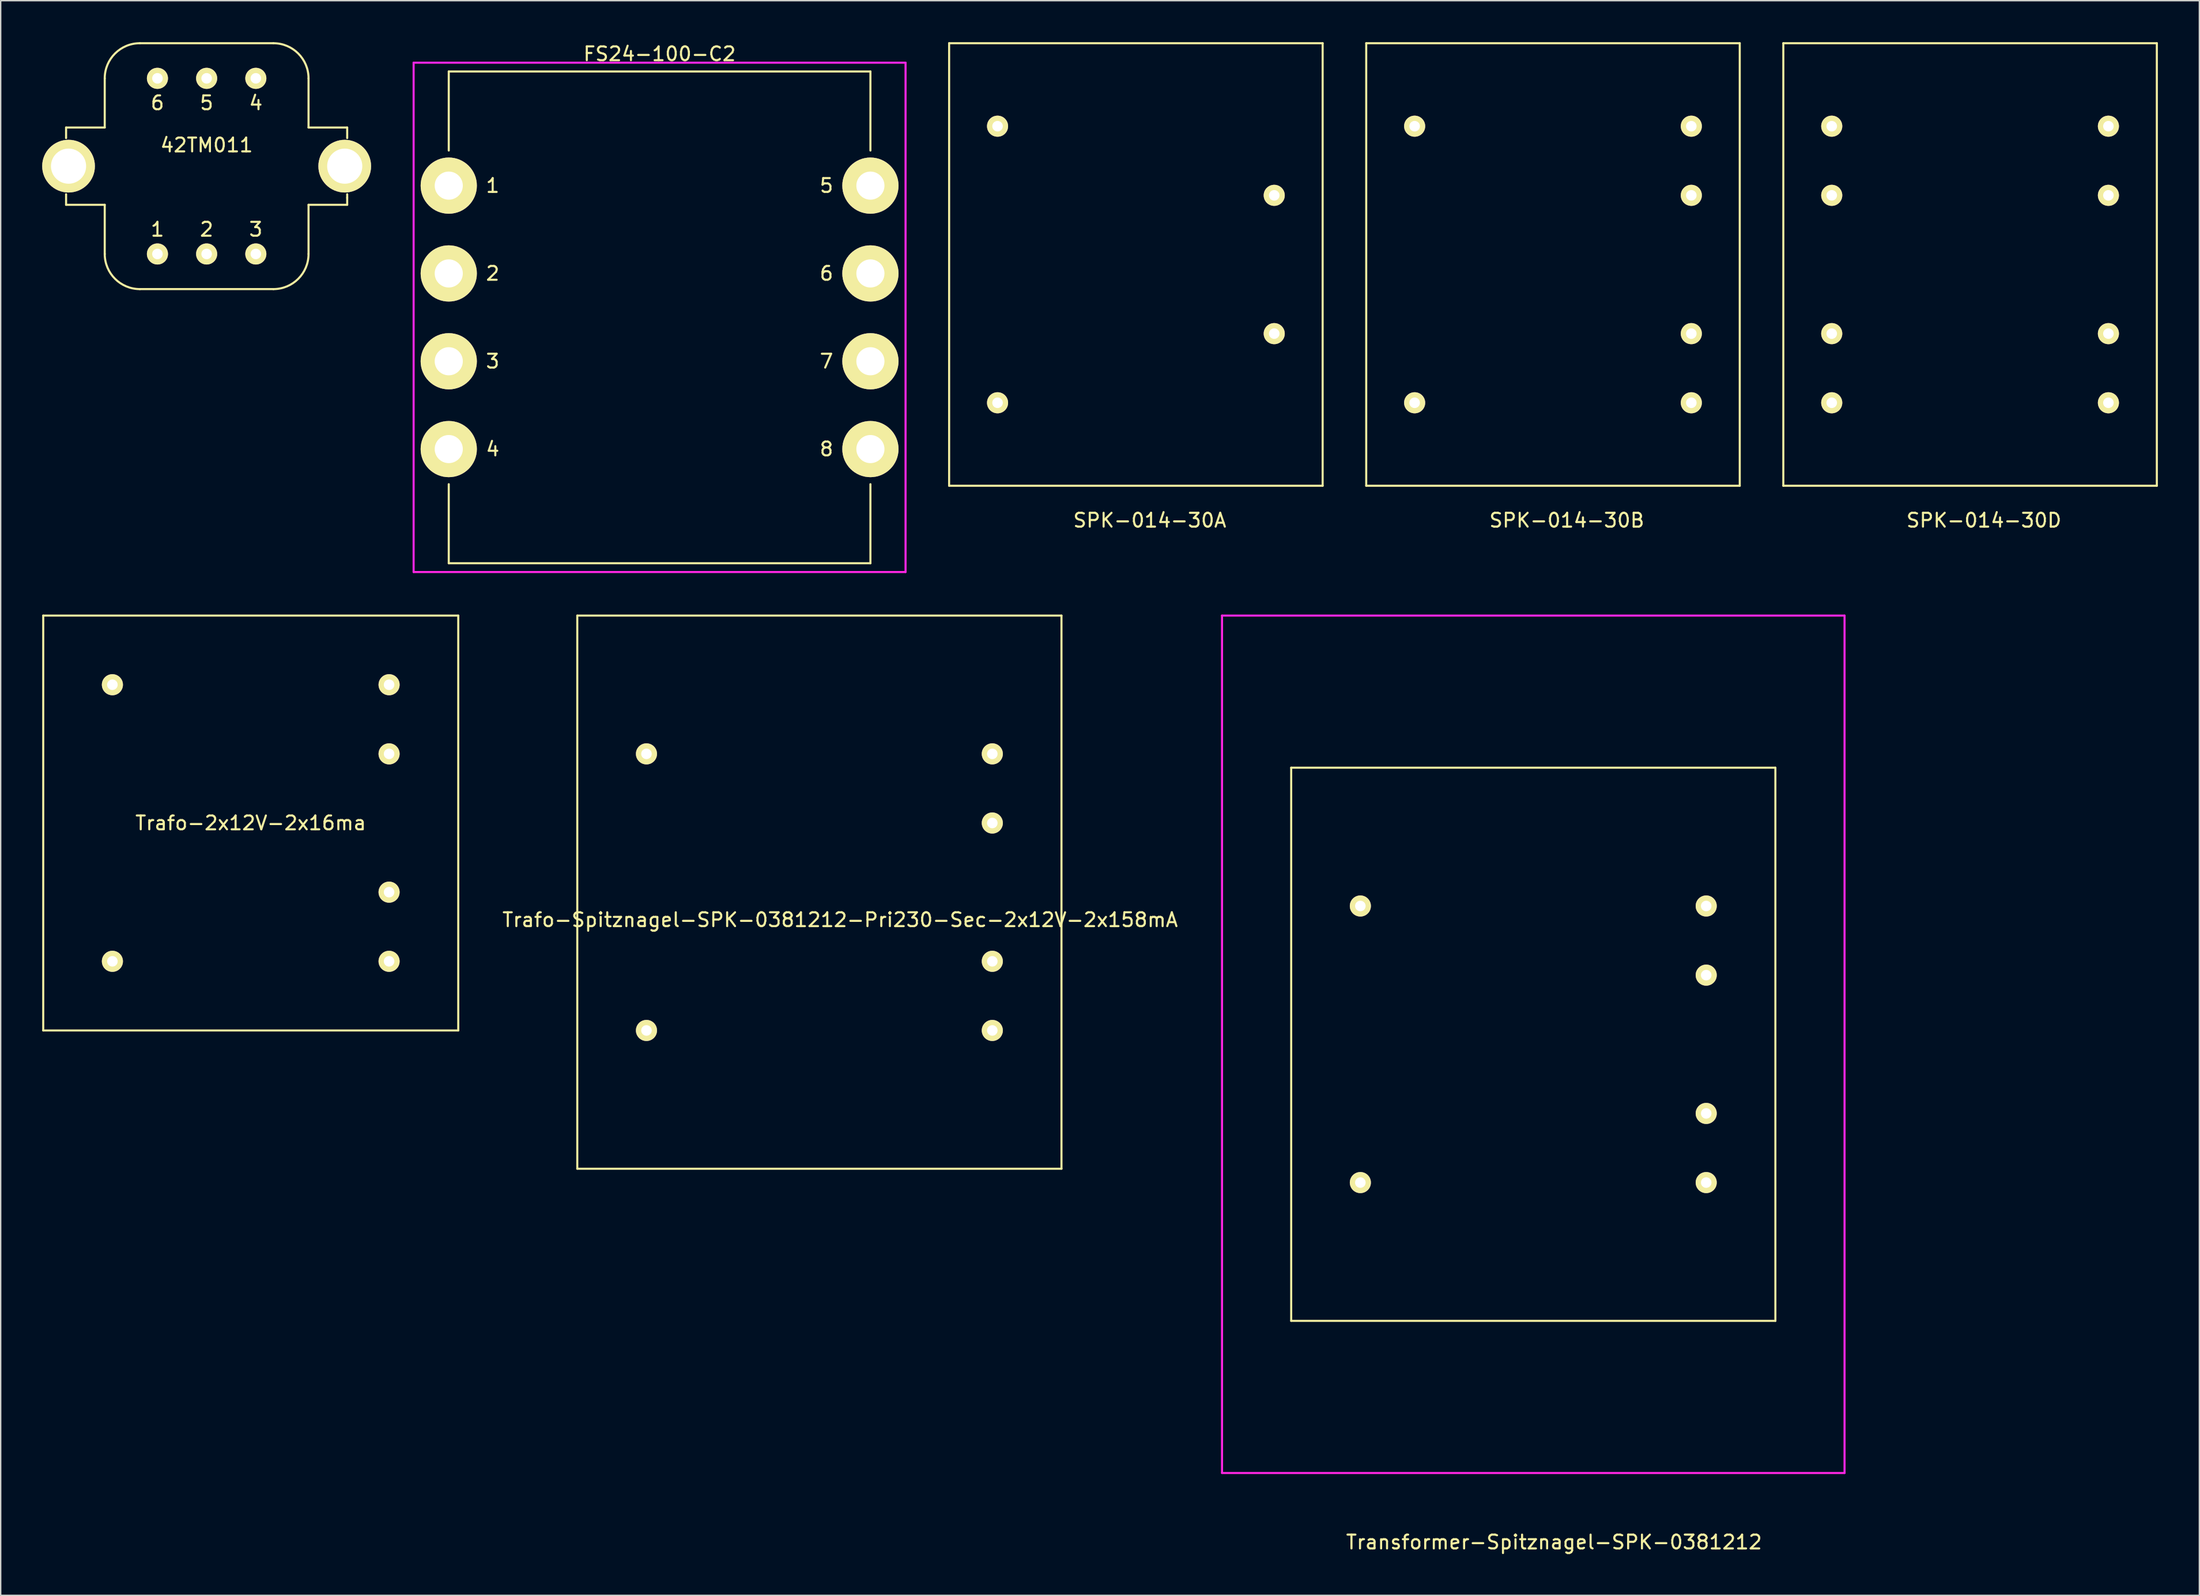
<source format=kicad_pcb>
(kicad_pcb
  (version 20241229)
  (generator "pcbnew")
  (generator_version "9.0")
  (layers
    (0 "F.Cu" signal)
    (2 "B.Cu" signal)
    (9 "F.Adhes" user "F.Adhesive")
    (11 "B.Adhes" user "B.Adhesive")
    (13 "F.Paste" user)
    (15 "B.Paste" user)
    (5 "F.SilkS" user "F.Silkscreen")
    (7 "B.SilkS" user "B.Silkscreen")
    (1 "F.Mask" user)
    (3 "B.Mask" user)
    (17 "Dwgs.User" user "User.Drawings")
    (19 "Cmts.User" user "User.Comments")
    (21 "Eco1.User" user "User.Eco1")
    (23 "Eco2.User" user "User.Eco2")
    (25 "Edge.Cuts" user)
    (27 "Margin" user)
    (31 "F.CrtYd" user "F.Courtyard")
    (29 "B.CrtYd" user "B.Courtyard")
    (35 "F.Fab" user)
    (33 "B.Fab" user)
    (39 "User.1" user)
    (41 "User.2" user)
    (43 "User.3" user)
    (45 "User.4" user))
  (footprint "SPK-014-30D"
    (layer "F.Cu")
    (at 129.359 6.075)
    (property "Reference" "SPK-014-30D" (at 11 28.5 0) (layer "F.SilkS") (effects (font (size 1 1) (thickness 0.15))))
    (attr through_hole)
    (fp_line (start -3.5 -6) (end 23.5 -6) (stroke (width 0.15) (type solid)) (layer "F.SilkS"))
    (fp_line (start -3.5 26) (end -3.5 -6) (stroke (width 0.15) (type solid)) (layer "F.SilkS"))
    (fp_line (start 23.5 -6) (end 23.5 26) (stroke (width 0.15) (type solid)) (layer "F.SilkS"))
    (fp_line (start 23.5 26) (end -3.5 26) (stroke (width 0.15) (type solid)) (layer "F.SilkS"))
    (pad "1" thru_hole circle (at 0 0) (size 1.524 1.524) (drill 0.762) (layers "*.Cu" "*.Mask" "F.SilkS"))
    (pad "2" thru_hole circle (at 0 5) (size 1.524 1.524) (drill 0.762) (layers "*.Cu" "*.Mask" "F.SilkS"))
    (pad "3" thru_hole circle (at 0 15) (size 1.524 1.524) (drill 0.762) (layers "*.Cu" "*.Mask" "F.SilkS"))
    (pad "4" thru_hole circle (at 0 20) (size 1.524 1.524) (drill 0.762) (layers "*.Cu" "*.Mask" "F.SilkS"))
    (pad "5" thru_hole circle (at 20 0) (size 1.524 1.524) (drill 0.762) (layers "*.Cu" "*.Mask" "F.SilkS"))
    (pad "6" thru_hole circle (at 20 5) (size 1.524 1.524) (drill 0.762) (layers "*.Cu" "*.Mask" "F.SilkS"))
    (pad "7" thru_hole circle (at 20 15) (size 1.524 1.524) (drill 0.762) (layers "*.Cu" "*.Mask" "F.SilkS"))
    (pad "8" thru_hole circle (at 20 20) (size 1.524 1.524) (drill 0.762) (layers "*.Cu" "*.Mask" "F.SilkS")))
  (footprint "SPK-014-30B"
    (layer "F.Cu")
    (at 99.209 6.075)
    (property "Reference" "SPK-014-30B" (at 11 28.5 0) (layer "F.SilkS") (effects (font (size 1 1) (thickness 0.15))))
    (attr through_hole)
    (fp_line (start -3.5 -6) (end 23.5 -6) (stroke (width 0.15) (type solid)) (layer "F.SilkS"))
    (fp_line (start -3.5 26) (end -3.5 -6) (stroke (width 0.15) (type solid)) (layer "F.SilkS"))
    (fp_line (start 23.5 -6) (end 23.5 26) (stroke (width 0.15) (type solid)) (layer "F.SilkS"))
    (fp_line (start 23.5 26) (end -3.5 26) (stroke (width 0.15) (type solid)) (layer "F.SilkS"))
    (pad "1" thru_hole circle (at 0 0) (size 1.524 1.524) (drill 0.762) (layers "*.Cu" "*.Mask" "F.SilkS"))
    (pad "2" thru_hole circle (at 0 20) (size 1.524 1.524) (drill 0.762) (layers "*.Cu" "*.Mask" "F.SilkS"))
    (pad "3" thru_hole circle (at 20 0) (size 1.524 1.524) (drill 0.762) (layers "*.Cu" "*.Mask" "F.SilkS"))
    (pad "4" thru_hole circle (at 20 5) (size 1.524 1.524) (drill 0.762) (layers "*.Cu" "*.Mask" "F.SilkS"))
    (pad "5" thru_hole circle (at 20 15) (size 1.524 1.524) (drill 0.762) (layers "*.Cu" "*.Mask" "F.SilkS"))
    (pad "6" thru_hole circle (at 20 20) (size 1.524 1.524) (drill 0.762) (layers "*.Cu" "*.Mask" "F.SilkS")))
  (footprint "FS24-100-C2"
    (layer "F.Cu")
    (at 44.629 19.898)
    (property "Reference" "FS24-100-C2" (at 0 -19.05 0) (layer "F.SilkS") (effects (font (size 1 1) (thickness 0.15))))
    (attr through_hole)
    (fp_line (start -15.24 -12.065) (end -15.24 -17.78) (stroke (width 0.15) (type solid)) (layer "F.SilkS"))
    (fp_line (start -15.24 12.065) (end -15.24 17.78) (stroke (width 0.15) (type solid)) (layer "F.SilkS"))
    (fp_line (start -15.24 17.78) (end 15.24 17.78) (stroke (width 0.15) (type solid)) (layer "F.SilkS"))
    (fp_line (start 15.24 -17.78) (end -15.24 -17.78) (stroke (width 0.15) (type solid)) (layer "F.SilkS"))
    (fp_line (start 15.24 -12.065) (end 15.24 -17.78) (stroke (width 0.15) (type solid)) (layer "F.SilkS"))
    (fp_line (start 15.24 12.065) (end 15.24 17.78) (stroke (width 0.15) (type solid)) (layer "F.SilkS"))
    (fp_line (start -17.78 -18.415) (end -17.78 18.415) (stroke (width 0.15) (type solid)) (layer "F.CrtYd"))
    (fp_line (start -17.78 18.415) (end 17.78 18.415) (stroke (width 0.15) (type solid)) (layer "F.CrtYd"))
    (fp_line (start 17.78 -18.415) (end -17.78 -18.415) (stroke (width 0.15) (type solid)) (layer "F.CrtYd"))
    (fp_line (start 17.78 18.415) (end 17.78 -18.415) (stroke (width 0.15) (type solid)) (layer "F.CrtYd"))
    (fp_text user "7" (at 12.065 3.175 0) (layer "F.SilkS") (effects (font (size 1 1) (thickness 0.15))))
    (fp_text user "5" (at 12.065 -9.525 0) (layer "F.SilkS") (effects (font (size 1 1) (thickness 0.15))))
    (fp_text user "3" (at -12.065 3.175 0) (layer "F.SilkS") (effects (font (size 1 1) (thickness 0.15))))
    (fp_text user "1" (at -12.065 -9.525 0) (layer "F.SilkS") (effects (font (size 1 1) (thickness 0.15))))
    (fp_text user "4" (at -12.065 9.525 0) (layer "F.SilkS") (effects (font (size 1 1) (thickness 0.15))))
    (fp_text user "2" (at -12.065 -3.175 0) (layer "F.SilkS") (effects (font (size 1 1) (thickness 0.15))))
    (fp_text user "8" (at 12.065 9.525 0) (layer "F.SilkS") (effects (font (size 1 1) (thickness 0.15))))
    (fp_text user "6" (at 12.065 -3.175 0) (layer "F.SilkS") (effects (font (size 1 1) (thickness 0.15))))
    (pad "1" thru_hole circle (at -15.24 -9.525) (size 4.064 4.064) (drill 2.032) (layers "*.Cu" "*.Mask" "F.SilkS"))
    (pad "2" thru_hole circle (at -15.24 -3.175) (size 4.064 4.064) (drill 2.032) (layers "*.Cu" "*.Mask" "F.SilkS"))
    (pad "3" thru_hole circle (at -15.24 3.175) (size 4.064 4.064) (drill 2.032) (layers "*.Cu" "*.Mask" "F.SilkS"))
    (pad "4" thru_hole circle (at -15.24 9.525) (size 4.064 4.064) (drill 2.032) (layers "*.Cu" "*.Mask" "F.SilkS"))
    (pad "5" thru_hole circle (at 15.24 -9.525) (size 4.064 4.064) (drill 2.032) (layers "*.Cu" "*.Mask" "F.SilkS"))
    (pad "6" thru_hole circle (at 15.24 -3.175) (size 4.064 4.064) (drill 2.032) (layers "*.Cu" "*.Mask" "F.SilkS"))
    (pad "7" thru_hole circle (at 15.24 3.175) (size 4.064 4.064) (drill 2.032) (layers "*.Cu" "*.Mask" "F.SilkS"))
    (pad "8" thru_hole circle (at 15.24 9.525) (size 4.064 4.064) (drill 2.032) (layers "*.Cu" "*.Mask" "F.SilkS")))
  (footprint "Transformer-Spitznagel-SPK-0381212"
    (layer "F.Cu")
    (at 95.285 82.463)
    (property "Reference" "Transformer-Spitznagel-SPK-0381212" (at 14 26 0) (layer "F.SilkS") (effects (font (size 1 1) (thickness 0.15))))
    (attr through_hole)
    (fp_line (start -5 -30) (end -5 10) (stroke (width 0.15) (type solid)) (layer "F.SilkS"))
    (fp_line (start -5 10) (end 30 10) (stroke (width 0.15) (type solid)) (layer "F.SilkS"))
    (fp_line (start 30 -30) (end -5 -30) (stroke (width 0.15) (type solid)) (layer "F.SilkS"))
    (fp_line (start 30 10) (end 30 -30) (stroke (width 0.15) (type solid)) (layer "F.SilkS"))
    (fp_line (start -10 -41) (end -10 21) (stroke (width 0.15) (type solid)) (layer "F.CrtYd"))
    (fp_line (start -10 21) (end 35 21) (stroke (width 0.15) (type solid)) (layer "F.CrtYd"))
    (fp_line (start 35 -41) (end -10 -41) (stroke (width 0.15) (type solid)) (layer "F.CrtYd"))
    (fp_line (start 35 21) (end 35 -41) (stroke (width 0.15) (type solid)) (layer "F.CrtYd"))
    (pad "" thru_hole circle (at 25 -15) (size 1.524 1.524) (drill 0.762) (layers "*.Cu" "*.Mask" "F.SilkS"))
    (pad "" thru_hole circle (at 25 -5) (size 1.524 1.524) (drill 0.762) (layers "*.Cu" "*.Mask" "F.SilkS"))
    (pad "1" thru_hole circle (at 0 0) (size 1.524 1.524) (drill 0.762) (layers "*.Cu" "*.Mask" "F.SilkS"))
    (pad "2" thru_hole circle (at 0 -20) (size 1.524 1.524) (drill 0.762) (layers "*.Cu" "*.Mask" "F.SilkS"))
    (pad "3" thru_hole circle (at 25 -20) (size 1.524 1.524) (drill 0.762) (layers "*.Cu" "*.Mask" "F.SilkS"))
    (pad "4" thru_hole circle (at 25 0) (size 1.524 1.524) (drill 0.762) (layers "*.Cu" "*.Mask" "F.SilkS")))
  (footprint "42TM011"
    (layer "F.Cu")
    (at 11.887 8.965)
    (property "Reference" "42TM011" (at 0 -1.524 0) (layer "F.SilkS") (effects (font (size 1 1) (thickness 0.15))))
    (attr through_hole)
    (fp_line (start -10.16 -2.794) (end -10.16 -2.032) (stroke (width 0.15) (type solid)) (layer "F.SilkS"))
    (fp_line (start -10.16 2.794) (end -10.16 2.032) (stroke (width 0.15) (type solid)) (layer "F.SilkS"))
    (fp_line (start -7.366 -6.35) (end -7.366 -2.794) (stroke (width 0.15) (type solid)) (layer "F.SilkS"))
    (fp_line (start -7.366 -2.794) (end -10.16 -2.794) (stroke (width 0.15) (type solid)) (layer "F.SilkS"))
    (fp_line (start -7.366 2.794) (end -10.16 2.794) (stroke (width 0.15) (type solid)) (layer "F.SilkS"))
    (fp_line (start -7.366 6.35) (end -7.366 2.794) (stroke (width 0.15) (type solid)) (layer "F.SilkS"))
    (fp_line (start 4.826 -8.89) (end -4.826 -8.89) (stroke (width 0.15) (type solid)) (layer "F.SilkS"))
    (fp_line (start 4.826 8.89) (end -4.826 8.89) (stroke (width 0.15) (type solid)) (layer "F.SilkS"))
    (fp_line (start 7.366 -6.35) (end 7.366 -2.794) (stroke (width 0.15) (type solid)) (layer "F.SilkS"))
    (fp_line (start 7.366 -2.794) (end 10.16 -2.794) (stroke (width 0.15) (type solid)) (layer "F.SilkS"))
    (fp_line (start 7.366 2.794) (end 10.16 2.794) (stroke (width 0.15) (type solid)) (layer "F.SilkS"))
    (fp_line (start 7.366 6.35) (end 7.366 2.794) (stroke (width 0.15) (type solid)) (layer "F.SilkS"))
    (fp_line (start 10.16 -2.794) (end 10.16 -2.032) (stroke (width 0.15) (type solid)) (layer "F.SilkS"))
    (fp_line (start 10.16 2.286) (end 10.16 2.032) (stroke (width 0.15) (type solid)) (layer "F.SilkS"))
    (fp_line (start 10.16 2.794) (end 10.16 2.286) (stroke (width 0.15) (type solid)) (layer "F.SilkS"))
    (fp_arc (start -7.366 -6.35) (mid -6.622051 -8.146051) (end -4.826 -8.89) (stroke (width 0.15) (type solid)) (layer "F.SilkS"))
    (fp_arc (start -4.826 8.89) (mid -6.622051 8.146051) (end -7.366 6.35) (stroke (width 0.15) (type solid)) (layer "F.SilkS"))
    (fp_arc (start 4.826 -8.89) (mid 6.622051 -8.146051) (end 7.366 -6.35) (stroke (width 0.15) (type solid)) (layer "F.SilkS"))
    (fp_arc (start 7.366 6.35) (mid 6.622051 8.146051) (end 4.826 8.89) (stroke (width 0.15) (type solid)) (layer "F.SilkS"))
    (fp_text user "1" (at -3.556 4.572 0) (layer "F.SilkS") (effects (font (size 1 1) (thickness 0.15))))
    (fp_text user "3" (at 3.556 4.572 0) (layer "F.SilkS") (effects (font (size 1 1) (thickness 0.15))))
    (fp_text user "2" (at 0 4.572 0) (layer "F.SilkS") (effects (font (size 1 1) (thickness 0.15))))
    (fp_text user "5" (at 0 -4.572 0) (layer "F.SilkS") (effects (font (size 1 1) (thickness 0.15))))
    (fp_text user "4" (at 3.556 -4.572 0) (layer "F.SilkS") (effects (font (size 1 1) (thickness 0.15))))
    (fp_text user "6" (at -3.556 -4.572 0) (layer "F.SilkS") (effects (font (size 1 1) (thickness 0.15))))
    (pad "" thru_hole circle (at -9.982 0) (size 3.81 3.81) (drill 2.54) (layers "*.Cu" "*.Mask" "F.SilkS"))
    (pad "" thru_hole circle (at 9.982 0) (size 3.81 3.81) (drill 2.54) (layers "*.Cu" "*.Mask" "F.SilkS"))
    (pad "1" thru_hole circle (at -3.556 6.35) (size 1.524 1.524) (drill 0.762) (layers "*.Cu" "*.Mask" "F.SilkS"))
    (pad "2" thru_hole circle (at 0 6.35) (size 1.524 1.524) (drill 0.762) (layers "*.Cu" "*.Mask" "F.SilkS"))
    (pad "3" thru_hole circle (at 3.556 6.35) (size 1.524 1.524) (drill 0.762) (layers "*.Cu" "*.Mask" "F.SilkS"))
    (pad "4" thru_hole circle (at 3.556 -6.35) (size 1.524 1.524) (drill 0.762) (layers "*.Cu" "*.Mask" "F.SilkS"))
    (pad "5" thru_hole circle (at 0 -6.35) (size 1.524 1.524) (drill 0.762) (layers "*.Cu" "*.Mask" "F.SilkS"))
    (pad "6" thru_hole circle (at -3.556 -6.35) (size 1.524 1.524) (drill 0.762) (layers "*.Cu" "*.Mask" "F.SilkS")))
  (footprint "Trafo-Spitznagel-SPK-0381212-Pri230-Sec-2x12V-2x158mA"
    (layer "F.Cu")
    (at 43.68 71.463)
    (property "Reference" "Trafo-Spitznagel-SPK-0381212-Pri230-Sec-2x12V-2x158mA" (at 14 -8 0) (layer "F.SilkS") (effects (font (size 1 1) (thickness 0.15))))
    (attr through_hole)
    (fp_line (start -5 -30) (end -5 10) (stroke (width 0.15) (type solid)) (layer "F.SilkS"))
    (fp_line (start -5 10) (end 30 10) (stroke (width 0.15) (type solid)) (layer "F.SilkS"))
    (fp_line (start 30 -30) (end -5 -30) (stroke (width 0.15) (type solid)) (layer "F.SilkS"))
    (fp_line (start 30 10) (end 30 -30) (stroke (width 0.15) (type solid)) (layer "F.SilkS"))
    (pad "1" thru_hole circle (at 0 0) (size 1.524 1.524) (drill 0.762) (layers "*.Cu" "*.Mask" "F.SilkS"))
    (pad "2" thru_hole circle (at 0 -20) (size 1.524 1.524) (drill 0.762) (layers "*.Cu" "*.Mask" "F.SilkS"))
    (pad "3" thru_hole circle (at 25 -20) (size 1.524 1.524) (drill 0.762) (layers "*.Cu" "*.Mask" "F.SilkS"))
    (pad "4" thru_hole circle (at 25 -15) (size 1.524 1.524) (drill 0.762) (layers "*.Cu" "*.Mask" "F.SilkS"))
    (pad "5" thru_hole circle (at 25 -5) (size 1.524 1.524) (drill 0.762) (layers "*.Cu" "*.Mask" "F.SilkS"))
    (pad "6" thru_hole circle (at 25 0) (size 1.524 1.524) (drill 0.762) (layers "*.Cu" "*.Mask" "F.SilkS")))
  (footprint "SPK-014-30A"
    (layer "F.Cu")
    (at 69.059 6.075)
    (property "Reference" "SPK-014-30A" (at 11 28.5 0) (layer "F.SilkS") (effects (font (size 1 1) (thickness 0.15))))
    (attr through_hole)
    (fp_line (start -3.5 -6) (end 23.5 -6) (stroke (width 0.15) (type solid)) (layer "F.SilkS"))
    (fp_line (start -3.5 26) (end -3.5 -6) (stroke (width 0.15) (type solid)) (layer "F.SilkS"))
    (fp_line (start 23.5 -6) (end 23.5 26) (stroke (width 0.15) (type solid)) (layer "F.SilkS"))
    (fp_line (start 23.5 26) (end -3.5 26) (stroke (width 0.15) (type solid)) (layer "F.SilkS"))
    (pad "1" thru_hole circle (at 0 0) (size 1.524 1.524) (drill 0.762) (layers "*.Cu" "*.Mask" "F.SilkS"))
    (pad "2" thru_hole circle (at 0 20) (size 1.524 1.524) (drill 0.762) (layers "*.Cu" "*.Mask" "F.SilkS"))
    (pad "3" thru_hole circle (at 20 5) (size 1.524 1.524) (drill 0.762) (layers "*.Cu" "*.Mask" "F.SilkS"))
    (pad "4" thru_hole circle (at 20 15) (size 1.524 1.524) (drill 0.762) (layers "*.Cu" "*.Mask" "F.SilkS")))
  (footprint "Trafo-2x12V-2x16ma"
    (layer "F.Cu")
    (at 5.075 66.463)
    (property "Reference" "Trafo-2x12V-2x16ma" (at 10 -10 0) (layer "F.SilkS") (effects (font (size 1 1) (thickness 0.15))))
    (attr through_hole)
    (fp_line (start -5 -25) (end -5 5) (stroke (width 0.15) (type solid)) (layer "F.SilkS"))
    (fp_line (start -5 5) (end 25 5) (stroke (width 0.15) (type solid)) (layer "F.SilkS"))
    (fp_line (start 25 -25) (end -5 -25) (stroke (width 0.15) (type solid)) (layer "F.SilkS"))
    (fp_line (start 25 5) (end 25 -25) (stroke (width 0.15) (type solid)) (layer "F.SilkS"))
    (pad "1" thru_hole circle (at 0 0) (size 1.524 1.524) (drill 0.762) (layers "*.Cu" "*.Mask" "F.SilkS"))
    (pad "2" thru_hole circle (at 0 -20) (size 1.524 1.524) (drill 0.762) (layers "*.Cu" "*.Mask" "F.SilkS"))
    (pad "3" thru_hole circle (at 20 -20) (size 1.524 1.524) (drill 0.762) (layers "*.Cu" "*.Mask" "F.SilkS"))
    (pad "4" thru_hole circle (at 20 -15) (size 1.524 1.524) (drill 0.762) (layers "*.Cu" "*.Mask" "F.SilkS"))
    (pad "5" thru_hole circle (at 20 -5) (size 1.524 1.524) (drill 0.762) (layers "*.Cu" "*.Mask" "F.SilkS"))
    (pad "6" thru_hole circle (at 20 0) (size 1.524 1.524) (drill 0.762) (layers "*.Cu" "*.Mask" "F.SilkS")))
  (gr_rect
    (start -3 -3)
    (end 155.934 112.311)
    (stroke (width 0.1) (type default))
    (fill no)
    (layer "Edge.Cuts")))
</source>
